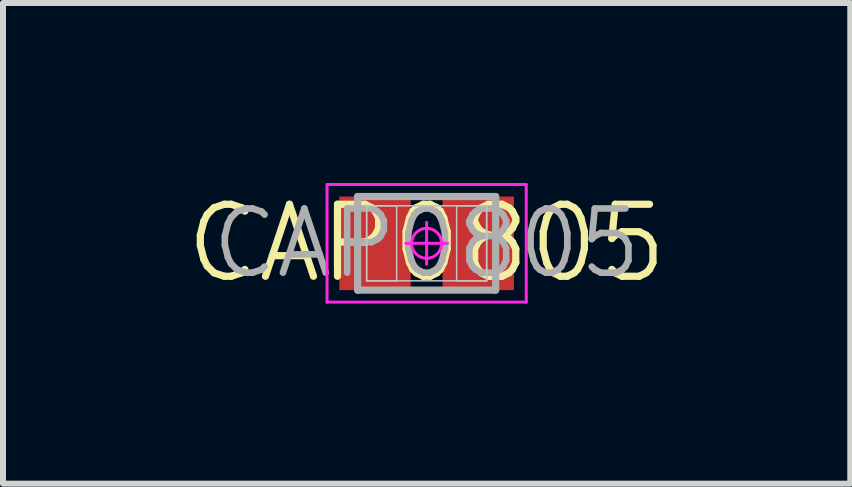
<source format=kicad_pcb>
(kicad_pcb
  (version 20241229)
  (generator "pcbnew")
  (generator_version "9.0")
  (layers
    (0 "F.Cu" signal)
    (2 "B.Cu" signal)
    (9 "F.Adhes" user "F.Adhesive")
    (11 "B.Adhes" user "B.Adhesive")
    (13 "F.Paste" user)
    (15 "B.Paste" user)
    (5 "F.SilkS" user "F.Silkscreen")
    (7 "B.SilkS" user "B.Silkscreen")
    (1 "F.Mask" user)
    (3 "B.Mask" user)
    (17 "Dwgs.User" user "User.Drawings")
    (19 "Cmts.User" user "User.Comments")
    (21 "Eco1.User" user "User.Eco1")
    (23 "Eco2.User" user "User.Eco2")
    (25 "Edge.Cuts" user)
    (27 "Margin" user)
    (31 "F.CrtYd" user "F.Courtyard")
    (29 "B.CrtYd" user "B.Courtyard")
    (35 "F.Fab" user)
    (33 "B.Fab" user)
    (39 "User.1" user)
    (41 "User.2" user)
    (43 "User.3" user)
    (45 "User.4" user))
  (footprint "CAP0805"
    (layer "F.Cu")
    (at 4.06 1.005)
    (property "Reference" "CAP0805" (at 0 0 0) (layer "F.SilkS") (effects (font (size 1.2 1.2) (thickness 0.12))))
    (attr smd)
    (fp_line (start -1 -0.625) (end -0.5 -0.625) (stroke (width 0.025) (type solid)) (layer "Dwgs.User"))
    (fp_line (start -1 -0.625) (end 1 -0.625) (stroke (width 0.025) (type solid)) (layer "Dwgs.User"))
    (fp_line (start -1 0.625) (end -1 -0.625) (stroke (width 0.025) (type solid)) (layer "Dwgs.User"))
    (fp_line (start -1 0.625) (end -1 -0.625) (stroke (width 0.025) (type solid)) (layer "Dwgs.User"))
    (fp_line (start -0.5 -0.625) (end -0.5 0.625) (stroke (width 0.025) (type solid)) (layer "Dwgs.User"))
    (fp_line (start -0.5 0.625) (end -1 0.625) (stroke (width 0.025) (type solid)) (layer "Dwgs.User"))
    (fp_line (start 0.5 -0.625) (end 1 -0.625) (stroke (width 0.025) (type solid)) (layer "Dwgs.User"))
    (fp_line (start 0.5 0.625) (end 0.5 -0.625) (stroke (width 0.025) (type solid)) (layer "Dwgs.User"))
    (fp_line (start 1 -0.625) (end 1 0.625) (stroke (width 0.025) (type solid)) (layer "Dwgs.User"))
    (fp_line (start 1 -0.625) (end 1 0.625) (stroke (width 0.025) (type solid)) (layer "Dwgs.User"))
    (fp_line (start 1 0.625) (end -1 0.625) (stroke (width 0.025) (type solid)) (layer "Dwgs.User"))
    (fp_line (start 1 0.625) (end 0.5 0.625) (stroke (width 0.025) (type solid)) (layer "Dwgs.User"))
    (fp_line (start -1.66 -0.98) (end 1.66 -0.98) (stroke (width 0.05) (type solid)) (layer "F.CrtYd"))
    (fp_line (start -1.66 0.98) (end -1.66 -0.98) (stroke (width 0.05) (type solid)) (layer "F.CrtYd"))
    (fp_line (start 0 -0.35) (end 0 0.35) (stroke (width 0.05) (type solid)) (layer "F.CrtYd"))
    (fp_line (start 0.35 0) (end -0.35 0) (stroke (width 0.05) (type solid)) (layer "F.CrtYd"))
    (fp_line (start 1.66 -0.98) (end 1.66 0.98) (stroke (width 0.05) (type solid)) (layer "F.CrtYd"))
    (fp_line (start 1.66 0.98) (end -1.66 0.98) (stroke (width 0.05) (type solid)) (layer "F.CrtYd"))
    (fp_circle (center 0 0) (end 0 0.25) (stroke (width 0.05) (type solid)) (fill no) (layer "F.CrtYd"))
    (fp_line (start -1.15 -0.78) (end 1.15 -0.78) (stroke (width 0.12) (type solid)) (layer "F.Fab"))
    (fp_line (start -1.15 0.78) (end -1.15 -0.78) (stroke (width 0.12) (type solid)) (layer "F.Fab"))
    (fp_line (start 1.15 -0.78) (end 1.15 0.78) (stroke (width 0.12) (type solid)) (layer "F.Fab"))
    (fp_line (start 1.15 0.78) (end -1.15 0.78) (stroke (width 0.12) (type solid)) (layer "F.Fab"))
    (fp_text user "${REFERENCE}" (at 0 0 0) (layer "F.Fab") (effects (font (size 1.07 1.07) (thickness 0.11))))
    (pad "1" smd rect (at -0.86 0) (size 1.19 1.56) (layers "F.Cu" "F.Mask" "F.Paste"))
    (pad "2" smd rect (at 0.86 0) (size 1.19 1.56) (layers "F.Cu" "F.Mask" "F.Paste")))
  (gr_rect
    (start -3 -3)
    (end 11.12 5.01)
    (stroke (width 0.1) (type default))
    (fill no)
    (layer "Edge.Cuts")))
</source>
